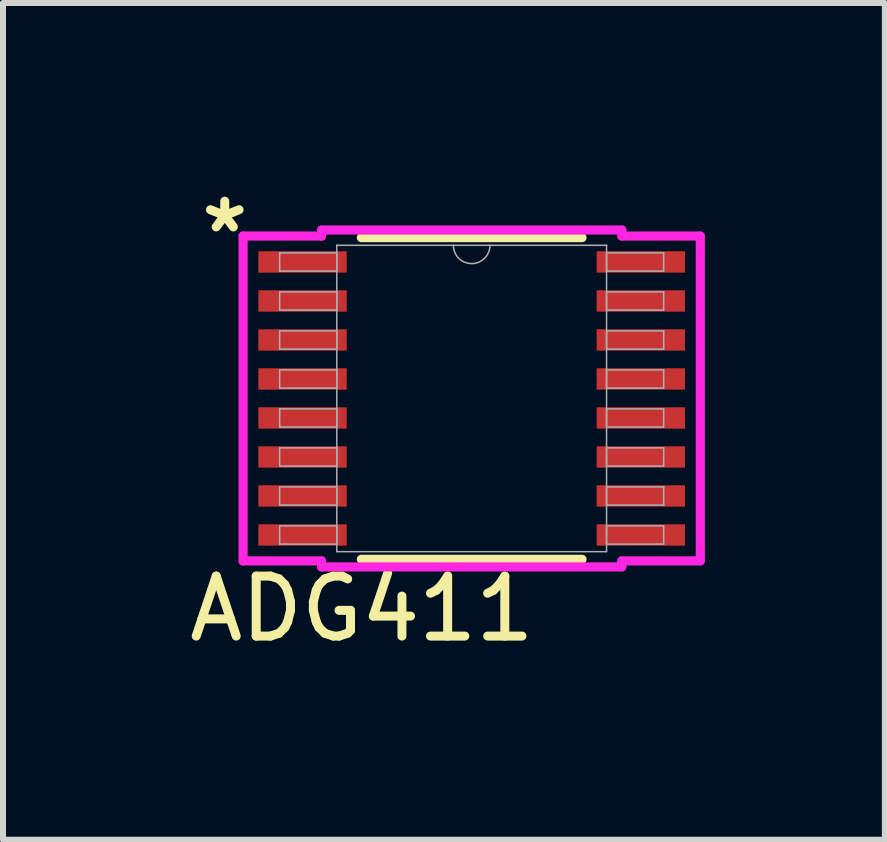
<source format=kicad_pcb>
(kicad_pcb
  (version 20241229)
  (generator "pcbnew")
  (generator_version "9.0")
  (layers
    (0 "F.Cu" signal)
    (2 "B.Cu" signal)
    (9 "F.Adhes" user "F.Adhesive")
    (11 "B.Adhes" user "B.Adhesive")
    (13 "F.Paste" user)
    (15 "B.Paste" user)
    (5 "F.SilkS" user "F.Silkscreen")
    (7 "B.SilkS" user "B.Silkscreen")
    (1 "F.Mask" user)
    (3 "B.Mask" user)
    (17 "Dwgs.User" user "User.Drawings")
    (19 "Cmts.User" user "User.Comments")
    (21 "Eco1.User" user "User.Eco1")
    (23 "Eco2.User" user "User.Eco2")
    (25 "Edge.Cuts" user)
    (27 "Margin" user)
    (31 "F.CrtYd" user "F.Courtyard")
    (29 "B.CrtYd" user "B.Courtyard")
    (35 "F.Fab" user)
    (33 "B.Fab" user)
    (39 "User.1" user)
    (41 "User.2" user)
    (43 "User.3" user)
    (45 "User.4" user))
  (footprint "ADG411"
    (layer "F.Cu")
    (at 4.811 3.591)
    (property "Reference" "ADG411" (at -1.829 3.505 0) (unlocked yes) (layer "F.SilkS") (effects (font (size 1 1) (thickness 0.15))))
    (attr smd)
    (fp_line (start -1.839 2.68) (end 1.839 2.68) (stroke (width 0.152) (type solid)) (layer "F.SilkS"))
    (fp_line (start 1.839 -2.68) (end -1.839 -2.68) (stroke (width 0.152) (type solid)) (layer "F.SilkS"))
    (fp_line (start -3.81 -2.707) (end -2.502 -2.707) (stroke (width 0.152) (type solid)) (layer "F.CrtYd"))
    (fp_line (start -3.81 2.707) (end -3.81 -2.707) (stroke (width 0.152) (type solid)) (layer "F.CrtYd"))
    (fp_line (start -3.81 2.707) (end -2.502 2.707) (stroke (width 0.152) (type solid)) (layer "F.CrtYd"))
    (fp_line (start -2.502 -2.807) (end 2.502 -2.807) (stroke (width 0.152) (type solid)) (layer "F.CrtYd"))
    (fp_line (start -2.502 -2.707) (end -2.502 -2.807) (stroke (width 0.152) (type solid)) (layer "F.CrtYd"))
    (fp_line (start -2.502 2.807) (end -2.502 2.707) (stroke (width 0.152) (type solid)) (layer "F.CrtYd"))
    (fp_line (start 2.502 -2.807) (end 2.502 -2.707) (stroke (width 0.152) (type solid)) (layer "F.CrtYd"))
    (fp_line (start 2.502 2.707) (end 2.502 2.807) (stroke (width 0.152) (type solid)) (layer "F.CrtYd"))
    (fp_line (start 2.502 2.807) (end -2.502 2.807) (stroke (width 0.152) (type solid)) (layer "F.CrtYd"))
    (fp_line (start 3.81 -2.707) (end 2.502 -2.707) (stroke (width 0.152) (type solid)) (layer "F.CrtYd"))
    (fp_line (start 3.81 -2.707) (end 3.81 2.707) (stroke (width 0.152) (type solid)) (layer "F.CrtYd"))
    (fp_line (start 3.81 2.707) (end 2.502 2.707) (stroke (width 0.152) (type solid)) (layer "F.CrtYd"))
    (fp_line (start -3.2 -2.427) (end -3.2 -2.123) (stroke (width 0.025) (type solid)) (layer "F.Fab"))
    (fp_line (start -3.2 -2.123) (end -2.248 -2.123) (stroke (width 0.025) (type solid)) (layer "F.Fab"))
    (fp_line (start -3.2 -1.777) (end -3.2 -1.473) (stroke (width 0.025) (type solid)) (layer "F.Fab"))
    (fp_line (start -3.2 -1.473) (end -2.248 -1.473) (stroke (width 0.025) (type solid)) (layer "F.Fab"))
    (fp_line (start -3.2 -1.127) (end -3.2 -0.823) (stroke (width 0.025) (type solid)) (layer "F.Fab"))
    (fp_line (start -3.2 -0.823) (end -2.248 -0.823) (stroke (width 0.025) (type solid)) (layer "F.Fab"))
    (fp_line (start -3.2 -0.477) (end -3.2 -0.173) (stroke (width 0.025) (type solid)) (layer "F.Fab"))
    (fp_line (start -3.2 -0.173) (end -2.248 -0.173) (stroke (width 0.025) (type solid)) (layer "F.Fab"))
    (fp_line (start -3.2 0.173) (end -3.2 0.477) (stroke (width 0.025) (type solid)) (layer "F.Fab"))
    (fp_line (start -3.2 0.477) (end -2.248 0.477) (stroke (width 0.025) (type solid)) (layer "F.Fab"))
    (fp_line (start -3.2 0.823) (end -3.2 1.127) (stroke (width 0.025) (type solid)) (layer "F.Fab"))
    (fp_line (start -3.2 1.127) (end -2.248 1.127) (stroke (width 0.025) (type solid)) (layer "F.Fab"))
    (fp_line (start -3.2 1.473) (end -3.2 1.777) (stroke (width 0.025) (type solid)) (layer "F.Fab"))
    (fp_line (start -3.2 1.777) (end -2.248 1.777) (stroke (width 0.025) (type solid)) (layer "F.Fab"))
    (fp_line (start -3.2 2.123) (end -3.2 2.427) (stroke (width 0.025) (type solid)) (layer "F.Fab"))
    (fp_line (start -3.2 2.427) (end -2.248 2.427) (stroke (width 0.025) (type solid)) (layer "F.Fab"))
    (fp_line (start -2.248 -2.553) (end -2.248 2.553) (stroke (width 0.025) (type solid)) (layer "F.Fab"))
    (fp_line (start -2.248 -2.427) (end -3.2 -2.427) (stroke (width 0.025) (type solid)) (layer "F.Fab"))
    (fp_line (start -2.248 -2.123) (end -2.248 -2.427) (stroke (width 0.025) (type solid)) (layer "F.Fab"))
    (fp_line (start -2.248 -1.777) (end -3.2 -1.777) (stroke (width 0.025) (type solid)) (layer "F.Fab"))
    (fp_line (start -2.248 -1.473) (end -2.248 -1.777) (stroke (width 0.025) (type solid)) (layer "F.Fab"))
    (fp_line (start -2.248 -1.127) (end -3.2 -1.127) (stroke (width 0.025) (type solid)) (layer "F.Fab"))
    (fp_line (start -2.248 -0.823) (end -2.248 -1.127) (stroke (width 0.025) (type solid)) (layer "F.Fab"))
    (fp_line (start -2.248 -0.477) (end -3.2 -0.477) (stroke (width 0.025) (type solid)) (layer "F.Fab"))
    (fp_line (start -2.248 -0.173) (end -2.248 -0.477) (stroke (width 0.025) (type solid)) (layer "F.Fab"))
    (fp_line (start -2.248 0.173) (end -3.2 0.173) (stroke (width 0.025) (type solid)) (layer "F.Fab"))
    (fp_line (start -2.248 0.477) (end -2.248 0.173) (stroke (width 0.025) (type solid)) (layer "F.Fab"))
    (fp_line (start -2.248 0.823) (end -3.2 0.823) (stroke (width 0.025) (type solid)) (layer "F.Fab"))
    (fp_line (start -2.248 1.127) (end -2.248 0.823) (stroke (width 0.025) (type solid)) (layer "F.Fab"))
    (fp_line (start -2.248 1.473) (end -3.2 1.473) (stroke (width 0.025) (type solid)) (layer "F.Fab"))
    (fp_line (start -2.248 1.777) (end -2.248 1.473) (stroke (width 0.025) (type solid)) (layer "F.Fab"))
    (fp_line (start -2.248 2.123) (end -3.2 2.123) (stroke (width 0.025) (type solid)) (layer "F.Fab"))
    (fp_line (start -2.248 2.427) (end -2.248 2.123) (stroke (width 0.025) (type solid)) (layer "F.Fab"))
    (fp_line (start -2.248 2.553) (end 2.248 2.553) (stroke (width 0.025) (type solid)) (layer "F.Fab"))
    (fp_line (start 2.248 -2.553) (end -2.248 -2.553) (stroke (width 0.025) (type solid)) (layer "F.Fab"))
    (fp_line (start 2.248 -2.427) (end 2.248 -2.123) (stroke (width 0.025) (type solid)) (layer "F.Fab"))
    (fp_line (start 2.248 -2.123) (end 3.2 -2.123) (stroke (width 0.025) (type solid)) (layer "F.Fab"))
    (fp_line (start 2.248 -1.777) (end 2.248 -1.473) (stroke (width 0.025) (type solid)) (layer "F.Fab"))
    (fp_line (start 2.248 -1.473) (end 3.2 -1.473) (stroke (width 0.025) (type solid)) (layer "F.Fab"))
    (fp_line (start 2.248 -1.127) (end 2.248 -0.823) (stroke (width 0.025) (type solid)) (layer "F.Fab"))
    (fp_line (start 2.248 -0.823) (end 3.2 -0.823) (stroke (width 0.025) (type solid)) (layer "F.Fab"))
    (fp_line (start 2.248 -0.477) (end 2.248 -0.173) (stroke (width 0.025) (type solid)) (layer "F.Fab"))
    (fp_line (start 2.248 -0.173) (end 3.2 -0.173) (stroke (width 0.025) (type solid)) (layer "F.Fab"))
    (fp_line (start 2.248 0.173) (end 2.248 0.477) (stroke (width 0.025) (type solid)) (layer "F.Fab"))
    (fp_line (start 2.248 0.477) (end 3.2 0.477) (stroke (width 0.025) (type solid)) (layer "F.Fab"))
    (fp_line (start 2.248 0.823) (end 2.248 1.127) (stroke (width 0.025) (type solid)) (layer "F.Fab"))
    (fp_line (start 2.248 1.127) (end 3.2 1.127) (stroke (width 0.025) (type solid)) (layer "F.Fab"))
    (fp_line (start 2.248 1.473) (end 2.248 1.777) (stroke (width 0.025) (type solid)) (layer "F.Fab"))
    (fp_line (start 2.248 1.777) (end 3.2 1.777) (stroke (width 0.025) (type solid)) (layer "F.Fab"))
    (fp_line (start 2.248 2.123) (end 2.248 2.427) (stroke (width 0.025) (type solid)) (layer "F.Fab"))
    (fp_line (start 2.248 2.427) (end 3.2 2.427) (stroke (width 0.025) (type solid)) (layer "F.Fab"))
    (fp_line (start 2.248 2.553) (end 2.248 -2.553) (stroke (width 0.025) (type solid)) (layer "F.Fab"))
    (fp_line (start 3.2 -2.427) (end 2.248 -2.427) (stroke (width 0.025) (type solid)) (layer "F.Fab"))
    (fp_line (start 3.2 -2.123) (end 3.2 -2.427) (stroke (width 0.025) (type solid)) (layer "F.Fab"))
    (fp_line (start 3.2 -1.777) (end 2.248 -1.777) (stroke (width 0.025) (type solid)) (layer "F.Fab"))
    (fp_line (start 3.2 -1.473) (end 3.2 -1.777) (stroke (width 0.025) (type solid)) (layer "F.Fab"))
    (fp_line (start 3.2 -1.127) (end 2.248 -1.127) (stroke (width 0.025) (type solid)) (layer "F.Fab"))
    (fp_line (start 3.2 -0.823) (end 3.2 -1.127) (stroke (width 0.025) (type solid)) (layer "F.Fab"))
    (fp_line (start 3.2 -0.477) (end 2.248 -0.477) (stroke (width 0.025) (type solid)) (layer "F.Fab"))
    (fp_line (start 3.2 -0.173) (end 3.2 -0.477) (stroke (width 0.025) (type solid)) (layer "F.Fab"))
    (fp_line (start 3.2 0.173) (end 2.248 0.173) (stroke (width 0.025) (type solid)) (layer "F.Fab"))
    (fp_line (start 3.2 0.477) (end 3.2 0.173) (stroke (width 0.025) (type solid)) (layer "F.Fab"))
    (fp_line (start 3.2 0.823) (end 2.248 0.823) (stroke (width 0.025) (type solid)) (layer "F.Fab"))
    (fp_line (start 3.2 1.127) (end 3.2 0.823) (stroke (width 0.025) (type solid)) (layer "F.Fab"))
    (fp_line (start 3.2 1.473) (end 2.248 1.473) (stroke (width 0.025) (type solid)) (layer "F.Fab"))
    (fp_line (start 3.2 1.777) (end 3.2 1.473) (stroke (width 0.025) (type solid)) (layer "F.Fab"))
    (fp_line (start 3.2 2.123) (end 2.248 2.123) (stroke (width 0.025) (type solid)) (layer "F.Fab"))
    (fp_line (start 3.2 2.427) (end 3.2 2.123) (stroke (width 0.025) (type solid)) (layer "F.Fab"))
    (fp_arc (start 0.3048 -2.5527) (mid 0 -2.2479) (end -0.3048 -2.5527) (stroke (width 0.0254) (type solid)) (layer "F.Fab"))
    (fp_text user "*" (at -4.115 -2.743 0) (unlocked yes) (layer "F.SilkS") (effects (font (size 1 1) (thickness 0.15))))
    (pad "1" smd rect (at -2.819 -2.275) (size 1.473 0.356) (layers "F.Cu" "F.Mask" "F.Paste"))
    (pad "2" smd rect (at -2.819 -1.625) (size 1.473 0.356) (layers "F.Cu" "F.Mask" "F.Paste"))
    (pad "3" smd rect (at -2.819 -0.975) (size 1.473 0.356) (layers "F.Cu" "F.Mask" "F.Paste"))
    (pad "4" smd rect (at -2.819 -0.325) (size 1.473 0.356) (layers "F.Cu" "F.Mask" "F.Paste"))
    (pad "5" smd rect (at -2.819 0.325) (size 1.473 0.356) (layers "F.Cu" "F.Mask" "F.Paste"))
    (pad "6" smd rect (at -2.819 0.975) (size 1.473 0.356) (layers "F.Cu" "F.Mask" "F.Paste"))
    (pad "7" smd rect (at -2.819 1.625) (size 1.473 0.356) (layers "F.Cu" "F.Mask" "F.Paste"))
    (pad "8" smd rect (at -2.819 2.275) (size 1.473 0.356) (layers "F.Cu" "F.Mask" "F.Paste"))
    (pad "9" smd rect (at 2.819 2.275) (size 1.473 0.356) (layers "F.Cu" "F.Mask" "F.Paste"))
    (pad "10" smd rect (at 2.819 1.625) (size 1.473 0.356) (layers "F.Cu" "F.Mask" "F.Paste"))
    (pad "11" smd rect (at 2.819 0.975) (size 1.473 0.356) (layers "F.Cu" "F.Mask" "F.Paste"))
    (pad "12" smd rect (at 2.819 0.325) (size 1.473 0.356) (layers "F.Cu" "F.Mask" "F.Paste"))
    (pad "13" smd rect (at 2.819 -0.325) (size 1.473 0.356) (layers "F.Cu" "F.Mask" "F.Paste"))
    (pad "14" smd rect (at 2.819 -0.975) (size 1.473 0.356) (layers "F.Cu" "F.Mask" "F.Paste"))
    (pad "15" smd rect (at 2.819 -1.625) (size 1.473 0.356) (layers "F.Cu" "F.Mask" "F.Paste"))
    (pad "16" smd rect (at 2.819 -2.275) (size 1.473 0.356) (layers "F.Cu" "F.Mask" "F.Paste")))
  (gr_rect
    (start -3 -3)
    (end 11.697 10.945)
    (stroke (width 0.1) (type default))
    (fill no)
    (layer "Edge.Cuts")))
</source>
